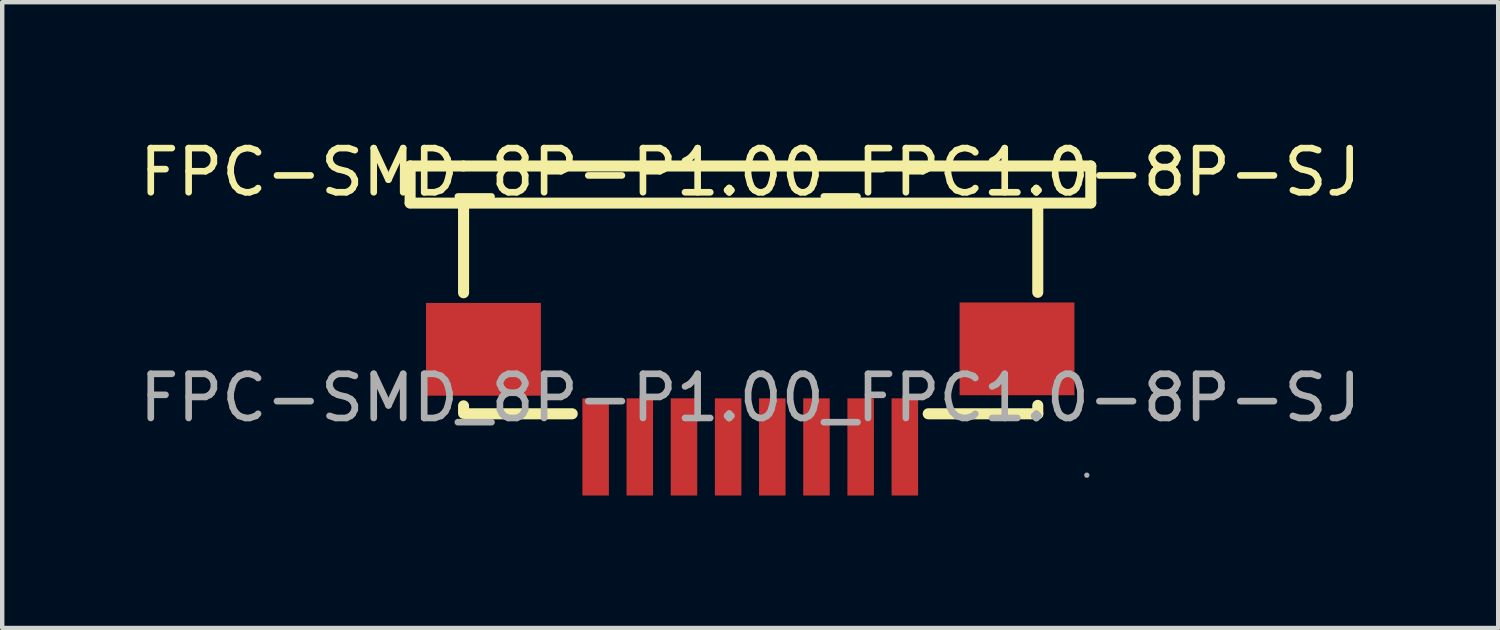
<source format=kicad_pcb>
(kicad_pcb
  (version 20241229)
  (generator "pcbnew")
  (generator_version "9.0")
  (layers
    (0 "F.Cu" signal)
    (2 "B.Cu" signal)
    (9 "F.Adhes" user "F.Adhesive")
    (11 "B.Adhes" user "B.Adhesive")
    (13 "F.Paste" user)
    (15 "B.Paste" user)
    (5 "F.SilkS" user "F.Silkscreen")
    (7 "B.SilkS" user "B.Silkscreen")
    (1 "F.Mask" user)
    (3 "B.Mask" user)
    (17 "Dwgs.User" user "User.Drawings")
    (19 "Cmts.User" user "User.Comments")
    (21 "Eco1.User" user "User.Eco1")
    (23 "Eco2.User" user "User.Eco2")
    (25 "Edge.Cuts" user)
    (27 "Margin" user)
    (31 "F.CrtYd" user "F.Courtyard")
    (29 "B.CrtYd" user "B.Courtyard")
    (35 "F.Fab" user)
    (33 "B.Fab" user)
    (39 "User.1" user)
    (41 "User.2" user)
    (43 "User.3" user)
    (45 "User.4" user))
  (footprint "FPC-SMD_8P-P1.00_FPC1.0-8P-SJ"
    (layer "F.Cu")
    (at 13.935 5.958)
    (property "Reference" "FPC-SMD_8P-P1.00_FPC1.0-8P-SJ" (at 0 -5.11 0) (layer "F.SilkS") (effects (font (size 1 1) (thickness 0.15))))
    (attr smd)
    (fp_line (start -7.7 -5.25) (end -7.7 -4.42) (stroke (width 0.25) (type solid)) (layer "F.SilkS"))
    (fp_line (start -7.7 -5.25) (end -6.5 -5.25) (stroke (width 0.25) (type solid)) (layer "F.SilkS"))
    (fp_line (start -7.7 -4.41) (end 7.71 -4.41) (stroke (width 0.25) (type solid)) (layer "F.SilkS"))
    (fp_line (start -6.49 -2.38) (end -6.49 -4.41) (stroke (width 0.25) (type solid)) (layer "F.SilkS"))
    (fp_line (start -6.49 0.35) (end -6.49 0.18) (stroke (width 0.25) (type solid)) (layer "F.SilkS"))
    (fp_line (start -4.03 0.36) (end -6.42 0.36) (stroke (width 0.25) (type solid)) (layer "F.SilkS"))
    (fp_line (start 6.51 -4.39) (end 6.51 -2.39) (stroke (width 0.25) (type solid)) (layer "F.SilkS"))
    (fp_line (start 6.51 0.17) (end 6.51 0.36) (stroke (width 0.25) (type solid)) (layer "F.SilkS"))
    (fp_line (start 6.51 0.36) (end 4.03 0.36) (stroke (width 0.25) (type solid)) (layer "F.SilkS"))
    (fp_line (start 7.71 -5.25) (end -6.49 -5.25) (stroke (width 0.25) (type solid)) (layer "F.SilkS"))
    (fp_line (start 7.71 -5.25) (end 7.71 -4.42) (stroke (width 0.25) (type solid)) (layer "F.SilkS"))
    (fp_circle (center 7.62 1.75) (end 7.65 1.75) (stroke (width 0.06) (type solid)) (fill no) (layer "F.Fab"))
    (fp_text user "${REFERENCE}" (at 0 0 0) (layer "F.Fab") (effects (font (size 1 1) (thickness 0.15))))
    (pad "1" smd rect (at 3.5 1.11) (size 0.6 2.2) (layers "F.Cu" "F.Mask" "F.Paste"))
    (pad "2" smd rect (at 2.5 1.11) (size 0.6 2.2) (layers "F.Cu" "F.Mask" "F.Paste"))
    (pad "3" smd rect (at 1.5 1.11) (size 0.6 2.2) (layers "F.Cu" "F.Mask" "F.Paste"))
    (pad "4" smd rect (at 0.5 1.11) (size 0.6 2.2) (layers "F.Cu" "F.Mask" "F.Paste"))
    (pad "5" smd rect (at -0.5 1.11) (size 0.6 2.2) (layers "F.Cu" "F.Mask" "F.Paste"))
    (pad "6" smd rect (at -1.5 1.11) (size 0.6 2.2) (layers "F.Cu" "F.Mask" "F.Paste"))
    (pad "7" smd rect (at -2.5 1.11) (size 0.6 2.2) (layers "F.Cu" "F.Mask" "F.Paste"))
    (pad "8" smd rect (at -3.5 1.11) (size 0.6 2.2) (layers "F.Cu" "F.Mask" "F.Paste"))
    (pad "9" smd rect (at 6.04 -1.11 90) (size 2.1 2.6) (layers "F.Cu" "F.Mask" "F.Paste"))
    (pad "10" smd rect (at -6.04 -1.1 90) (size 2.1 2.6) (layers "F.Cu" "F.Mask" "F.Paste")))
  (gr_rect
    (start -3 -3)
    (end 30.869 11.168)
    (stroke (width 0.1) (type default))
    (fill no)
    (layer "Edge.Cuts")))
</source>
